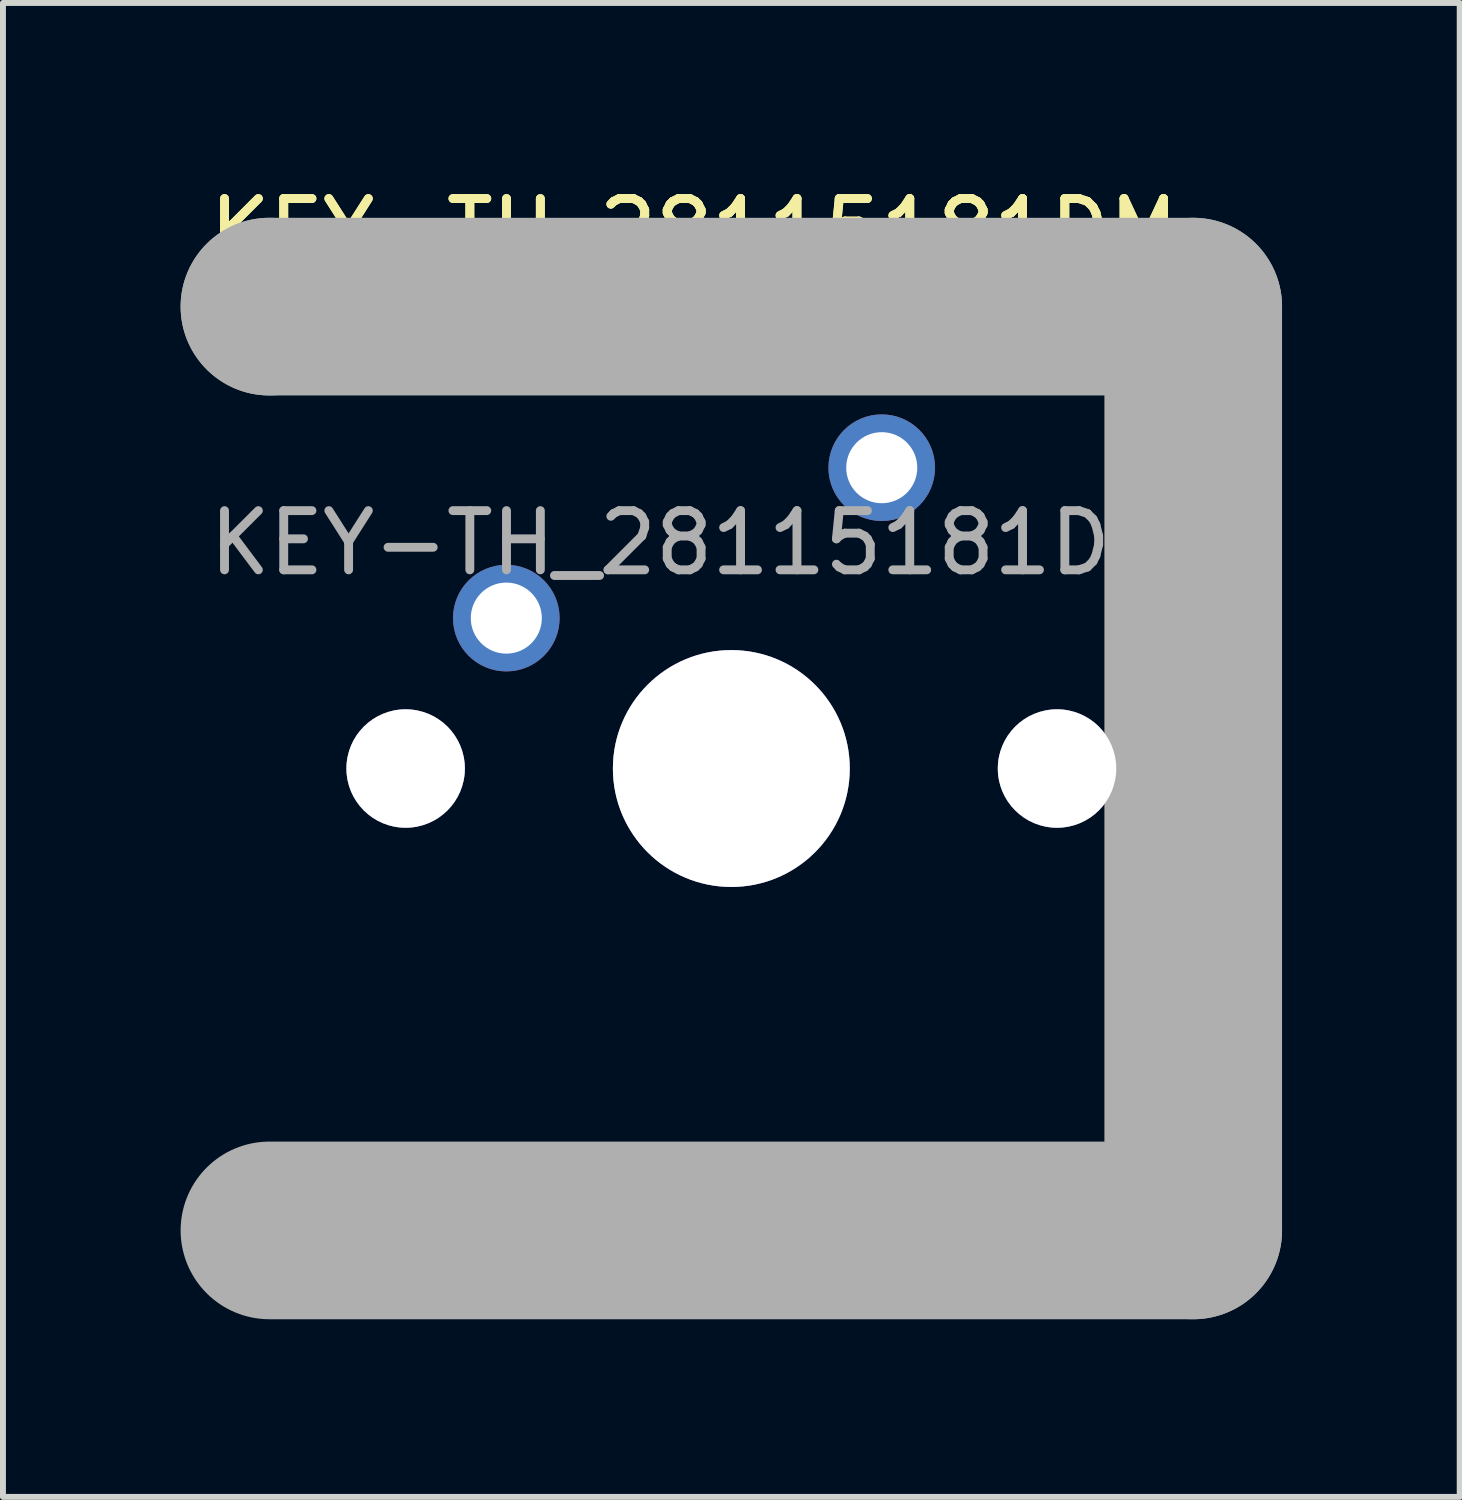
<source format=kicad_pcb>
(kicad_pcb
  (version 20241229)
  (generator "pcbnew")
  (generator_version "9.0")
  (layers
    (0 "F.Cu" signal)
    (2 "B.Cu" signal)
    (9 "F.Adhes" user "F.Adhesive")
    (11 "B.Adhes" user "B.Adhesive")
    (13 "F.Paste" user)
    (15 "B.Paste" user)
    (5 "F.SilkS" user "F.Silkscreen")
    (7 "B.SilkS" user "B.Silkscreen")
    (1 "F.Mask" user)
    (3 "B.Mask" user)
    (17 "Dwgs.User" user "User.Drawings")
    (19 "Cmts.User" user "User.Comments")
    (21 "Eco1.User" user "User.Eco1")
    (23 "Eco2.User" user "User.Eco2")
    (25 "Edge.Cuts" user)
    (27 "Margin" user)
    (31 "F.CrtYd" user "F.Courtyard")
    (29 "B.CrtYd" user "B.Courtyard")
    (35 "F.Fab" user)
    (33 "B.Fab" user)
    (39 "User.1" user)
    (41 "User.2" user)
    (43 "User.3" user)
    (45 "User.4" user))
  (footprint "KEY-TH_28115181DM"
    (layer "F.Cu")
    (at 8.67 6.118)
    (property "Reference" "KEY-TH_28115181DM" (at 0 -5.27 0) (layer "F.SilkS") (effects (font (size 1 1) (thickness 0.15))))
    (attr through_hole)
    (fp_circle (center -4.87 3.81) (end -4.42 3.81) (stroke (width 0.9) (type solid)) (fill no) (layer "Cmts.User"))
    (fp_circle (center 0.63 3.81) (end 1.43 3.81) (stroke (width 1.6) (type solid)) (fill no) (layer "Cmts.User"))
    (fp_circle (center 6.13 3.81) (end 6.58 3.81) (stroke (width 0.9) (type solid)) (fill no) (layer "Cmts.User"))
    (fp_line (start -7.17 -3.99) (end -7.17 -3.99) (stroke (width 3) (type solid)) (layer "F.Fab"))
    (fp_line (start -7.17 -3.99) (end 8.43 -3.99) (stroke (width 3) (type solid)) (layer "F.Fab"))
    (fp_line (start 8.43 -3.99) (end 8.43 11.61) (stroke (width 3) (type solid)) (layer "F.Fab"))
    (fp_line (start 8.43 11.61) (end -7.17 11.61) (stroke (width 3) (type solid)) (layer "F.Fab"))
    (fp_circle (center -7.16 -3.94) (end -7.13 -3.94) (stroke (width 0.06) (type solid)) (fill no) (layer "F.Fab"))
    (fp_text user "${REFERENCE}" (at 0 -5.27 0) (layer "F.SilkS") (effects (font (size 1 1) (thickness 0.15))))
    (fp_text user "${REFERENCE}" (at 0 0 0) (layer "F.Fab") (effects (font (size 1 1) (thickness 0.15))))
    (pad "" thru_hole circle (at -4.87 3.81) (size 2 2) (drill 2) (layers "*.Cu" "*.Mask"))
    (pad "" thru_hole circle (at 0.63 3.81) (size 4 4) (drill 4) (layers "*.Cu" "*.Mask"))
    (pad "" thru_hole circle (at 6.13 3.81) (size 2 2) (drill 2) (layers "*.Cu" "*.Mask"))
    (pad "1" thru_hole circle (at -3.17 1.27 90) (size 1.8 1.8) (drill 1.2) (layers "*.Cu" "*.Mask"))
    (pad "2" thru_hole circle (at 3.17 -1.27 90) (size 1.8 1.8) (drill 1.2) (layers "*.Cu" "*.Mask")))
  (gr_rect
    (start -3 -3)
    (end 21.6 22.228)
    (stroke (width 0.1) (type default))
    (fill no)
    (layer "Edge.Cuts")))
</source>
